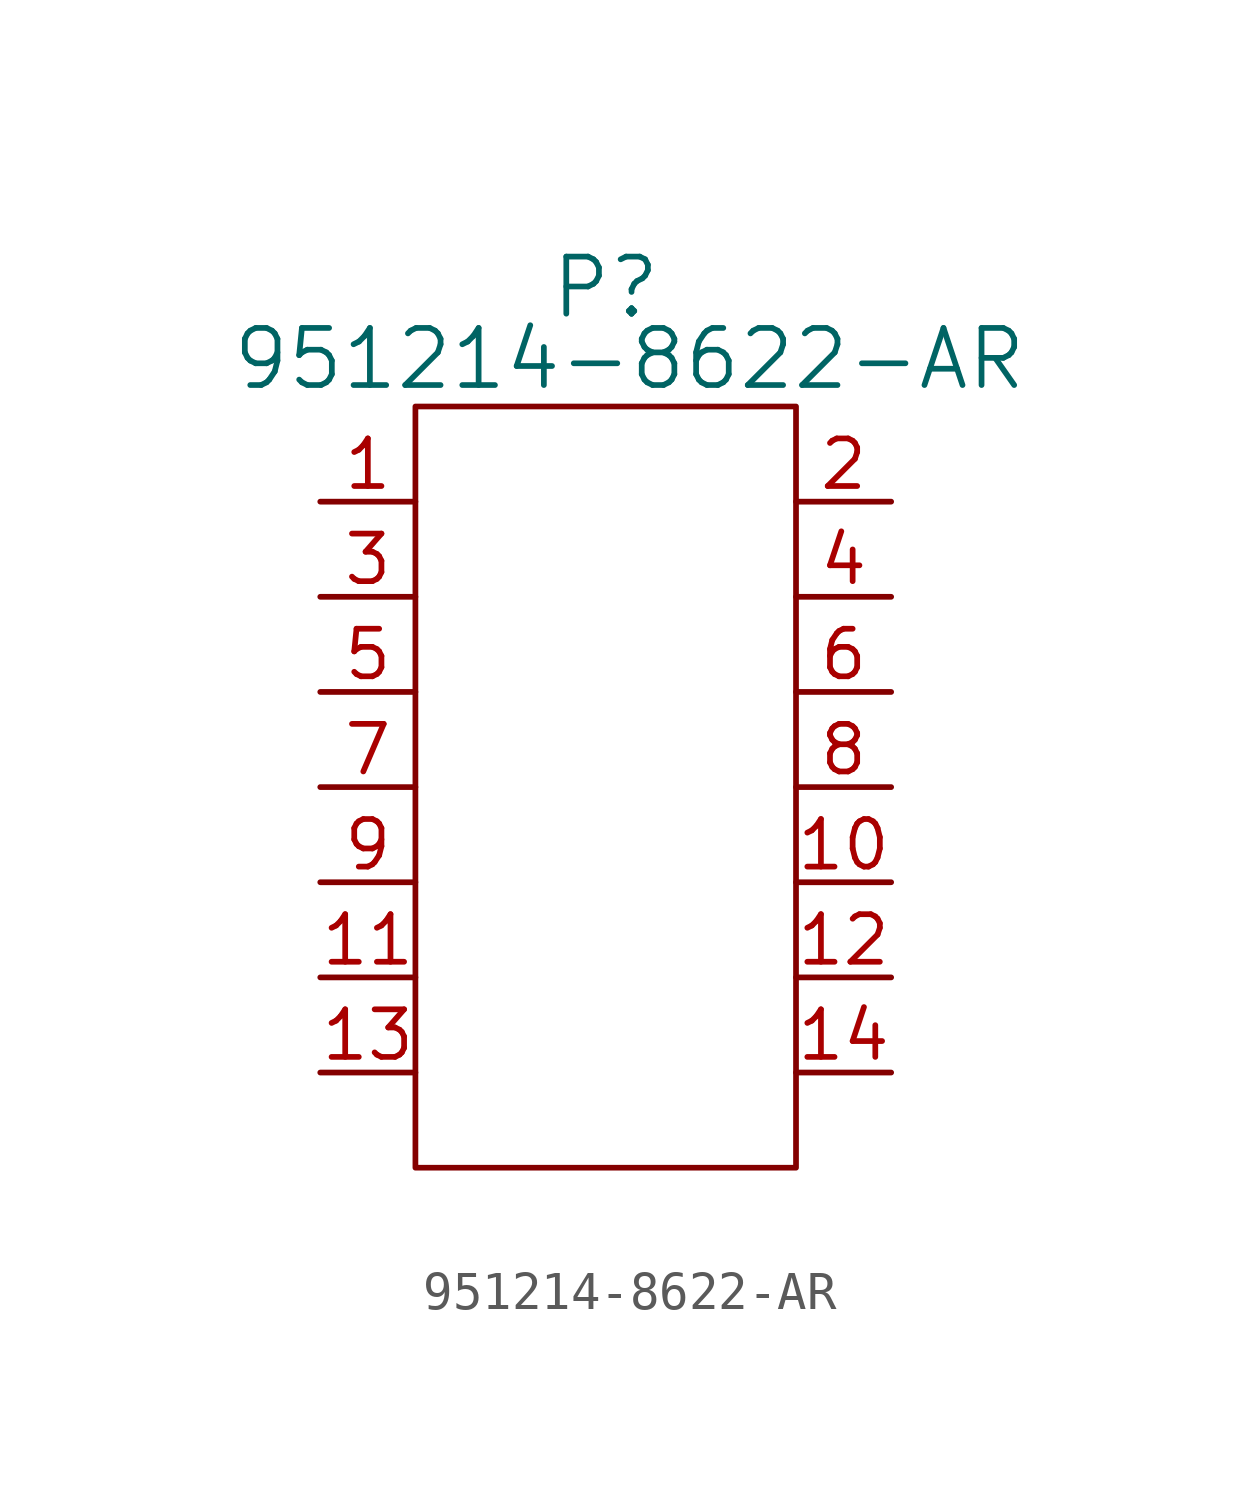
<source format=kicad_sym>
(kicad_symbol_lib
  (version 20220914)
  (generator kicad_symbol_editor)
  (symbol "951214-8622-AR"
    (pin_names
      (offset 1.016) hide)
    (property "Reference" "P"
      (at 5.08 23.495 0)
      (effects (font (size 1.524 1.524))))
    (property "Value" "951214-8622-AR"
      (at 5.715 21.59 0)
      (effects (font (size 1.524 1.524))))
    (symbol "951214-8622-AR_0_1"
      (rectangle (start 0 0) (end 10.16 20.32) (stroke (width 0) (type solid)) (fill (type none))))
    (symbol "951214-8622-AR_1_1"
      (pin passive line (at -2.54 17.78 0) (length 2.54) (name "1" (effects (font (size 1.27 1.27)))) (number "1" (effects (font (size 1.27 1.27)))))
      (pin passive line (at 12.7 7.62 180) (length 2.54) (name "10" (effects (font (size 1.27 1.27)))) (number "10" (effects (font (size 1.27 1.27)))))
      (pin passive line (at -2.54 5.08 0) (length 2.54) (name "11" (effects (font (size 1.27 1.27)))) (number "11" (effects (font (size 1.27 1.27)))))
      (pin passive line (at 12.7 5.08 180) (length 2.54) (name "12" (effects (font (size 1.27 1.27)))) (number "12" (effects (font (size 1.27 1.27)))))
      (pin passive line (at -2.54 2.54 0) (length 2.54) (name "13" (effects (font (size 1.27 1.27)))) (number "13" (effects (font (size 1.27 1.27)))))
      (pin passive line (at 12.7 2.54 180) (length 2.54) (name "14" (effects (font (size 1.27 1.27)))) (number "14" (effects (font (size 1.27 1.27)))))
      (pin passive line (at 12.7 17.78 180) (length 2.54) (name "2" (effects (font (size 1.27 1.27)))) (number "2" (effects (font (size 1.27 1.27)))))
      (pin passive line (at -2.54 15.24 0) (length 2.54) (name "3" (effects (font (size 1.27 1.27)))) (number "3" (effects (font (size 1.27 1.27)))))
      (pin passive line (at 12.7 15.24 180) (length 2.54) (name "4" (effects (font (size 1.27 1.27)))) (number "4" (effects (font (size 1.27 1.27)))))
      (pin passive line (at -2.54 12.7 0) (length 2.54) (name "5" (effects (font (size 1.27 1.27)))) (number "5" (effects (font (size 1.27 1.27)))))
      (pin passive line (at 12.7 12.7 180) (length 2.54) (name "6" (effects (font (size 1.27 1.27)))) (number "6" (effects (font (size 1.27 1.27)))))
      (pin passive line (at -2.54 10.16 0) (length 2.54) (name "7" (effects (font (size 1.27 1.27)))) (number "7" (effects (font (size 1.27 1.27)))))
      (pin passive line (at 12.7 10.16 180) (length 2.54) (name "8" (effects (font (size 1.27 1.27)))) (number "8" (effects (font (size 1.27 1.27)))))
      (pin passive line (at -2.54 7.62 0) (length 2.54) (name "9" (effects (font (size 1.27 1.27)))) (number "9" (effects (font (size 1.27 1.27))))))))
</source>
